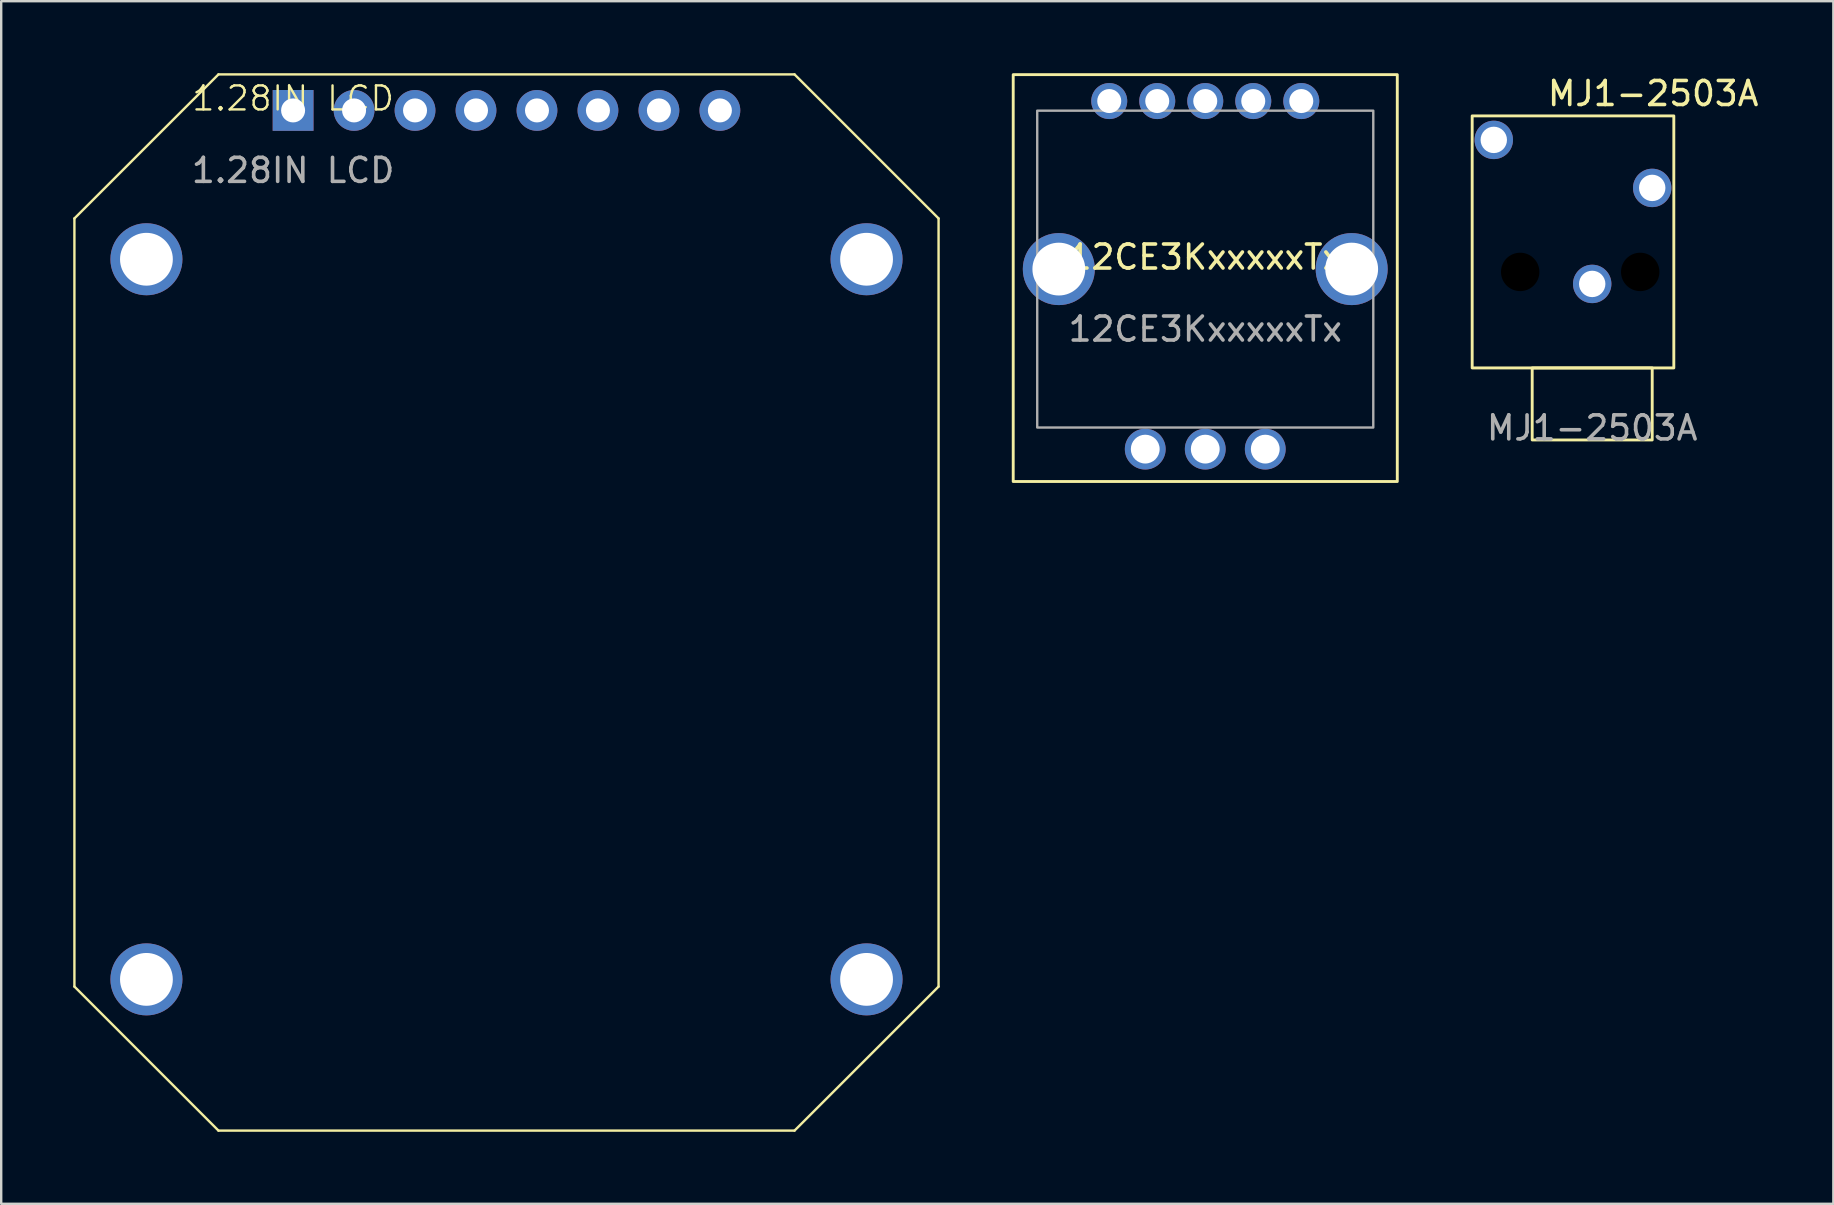
<source format=kicad_pcb>
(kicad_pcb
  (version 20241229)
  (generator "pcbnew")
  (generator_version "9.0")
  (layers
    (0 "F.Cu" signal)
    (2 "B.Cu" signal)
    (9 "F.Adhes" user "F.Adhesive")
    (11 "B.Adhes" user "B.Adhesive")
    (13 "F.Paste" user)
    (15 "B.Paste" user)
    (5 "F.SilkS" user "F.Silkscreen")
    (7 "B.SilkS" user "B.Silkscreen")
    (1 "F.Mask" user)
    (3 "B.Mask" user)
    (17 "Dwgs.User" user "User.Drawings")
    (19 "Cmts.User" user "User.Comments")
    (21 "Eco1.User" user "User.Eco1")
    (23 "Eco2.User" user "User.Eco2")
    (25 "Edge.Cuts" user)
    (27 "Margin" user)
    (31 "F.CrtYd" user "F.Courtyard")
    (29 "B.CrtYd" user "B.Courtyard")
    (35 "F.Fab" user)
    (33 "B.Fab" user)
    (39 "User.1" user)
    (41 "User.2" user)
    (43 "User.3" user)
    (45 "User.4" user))
  (footprint "12CE3KxxxxxTx"
    (layer "F.Cu")
    (at 47.16 8.16)
    (property "Reference" "12CE3KxxxxxTx" (at 0 -0.5 0) (unlocked yes) (layer "F.SilkS") (effects (font (size 1 1) (thickness 0.15))))
    (attr through_hole)
    (fp_rect (start -8 -8.1) (end 8 8.85) (stroke (width 0.12) (type solid)) (fill no) (layer "F.SilkS"))
    (fp_rect (start -7 -6.6) (end 7 6.6) (stroke (width 0.1) (type solid)) (fill no) (layer "F.Fab"))
    (fp_text user "${REFERENCE}" (at 0 2.5 0) (unlocked yes) (layer "F.Fab") (effects (font (size 1 1) (thickness 0.15))))
    (pad "" np_thru_hole circle (at -6.1 0) (size 3 3) (drill 2.2) (layers "*.Cu" "*.Mask"))
    (pad "" np_thru_hole circle (at 6.1 0) (size 3 3) (drill 2.2) (layers "*.Cu" "*.Mask"))
    (pad "1" thru_hole circle (at -4 -7) (size 1.5 1.5) (drill 1) (layers "*.Cu" "*.Mask"))
    (pad "2" thru_hole circle (at -2 -7) (size 1.5 1.5) (drill 1) (layers "*.Cu" "*.Mask"))
    (pad "3" thru_hole circle (at 0 -7) (size 1.5 1.5) (drill 1) (layers "*.Cu" "*.Mask"))
    (pad "4" thru_hole circle (at 2 -7) (size 1.5 1.5) (drill 1) (layers "*.Cu" "*.Mask"))
    (pad "5" thru_hole circle (at 4 -7) (size 1.5 1.5) (drill 1) (layers "*.Cu" "*.Mask"))
    (pad "A" thru_hole circle (at -2.5 7.5) (size 1.7 1.7) (drill 1.2) (layers "*.Cu" "*.Mask"))
    (pad "B" thru_hole circle (at 2.5 7.5) (size 1.7 1.7) (drill 1.2) (layers "*.Cu" "*.Mask"))
    (pad "C" thru_hole circle (at 0 7.5) (size 1.7 1.7) (drill 1.2) (layers "*.Cu" "*.Mask")))
  (footprint "1.28IN LCD"
    (layer "F.Cu")
    (at 9.16 1.55)
    (property "Reference" "1.28IN LCD" (at 0 -0.5 0) (unlocked yes) (layer "F.SilkS") (effects (font (size 1 1) (thickness 0.1))))
    (attr through_hole)
    (fp_line (start -9.11 4.5) (end -9.11 36.5) (stroke (width 0.1) (type default)) (layer "F.SilkS"))
    (fp_line (start -9.11 36.5) (end -3.11 42.5) (stroke (width 0.1) (type default)) (layer "F.SilkS"))
    (fp_line (start -3.11 -1.5) (end -9.11 4.5) (stroke (width 0.1) (type default)) (layer "F.SilkS"))
    (fp_line (start -3.11 42.5) (end 20.89 42.5) (stroke (width 0.1) (type default)) (layer "F.SilkS"))
    (fp_line (start 20.89 -1.5) (end -3.11 -1.5) (stroke (width 0.1) (type default)) (layer "F.SilkS"))
    (fp_line (start 20.89 42.5) (end 26.89 36.5) (stroke (width 0.1) (type default)) (layer "F.SilkS"))
    (fp_line (start 26.89 4.5) (end 20.89 -1.5) (stroke (width 0.1) (type default)) (layer "F.SilkS"))
    (fp_line (start 26.89 36.5) (end 26.89 4.5) (stroke (width 0.1) (type default)) (layer "F.SilkS"))
    (fp_text user "${REFERENCE}" (at 0 2.5 0) (unlocked yes) (layer "F.Fab") (effects (font (size 1 1) (thickness 0.15))))
    (pad "" np_thru_hole circle (at -6.11 6.2) (size 3 3) (drill 2.2) (layers "*.Cu" "*.Mask"))
    (pad "" np_thru_hole circle (at -6.11 36.2) (size 3 3) (drill 2.2) (layers "*.Cu" "*.Mask"))
    (pad "" np_thru_hole circle (at 23.89 6.2) (size 3 3) (drill 2.2) (layers "*.Cu" "*.Mask"))
    (pad "" np_thru_hole circle (at 23.89 36.2) (size 3 3) (drill 2.2) (layers "*.Cu" "*.Mask"))
    (pad "1" thru_hole rect (at 0 0) (size 1.7 1.7) (drill 1) (layers "*.Cu" "*.Mask"))
    (pad "2" thru_hole oval (at 2.54 0) (size 1.7 1.7) (drill 1) (layers "*.Cu" "*.Mask"))
    (pad "3" thru_hole oval (at 5.08 0) (size 1.7 1.7) (drill 1) (layers "*.Cu" "*.Mask"))
    (pad "4" thru_hole oval (at 7.62 0) (size 1.7 1.7) (drill 1) (layers "*.Cu" "*.Mask"))
    (pad "5" thru_hole oval (at 10.16 0) (size 1.7 1.7) (drill 1) (layers "*.Cu" "*.Mask"))
    (pad "6" thru_hole oval (at 12.7 0) (size 1.7 1.7) (drill 1) (layers "*.Cu" "*.Mask"))
    (pad "7" thru_hole oval (at 15.24 0) (size 1.7 1.7) (drill 1) (layers "*.Cu" "*.Mask"))
    (pad "8" thru_hole oval (at 17.78 0) (size 1.7 1.7) (drill 1) (layers "*.Cu" "*.Mask")))
  (footprint "MJ1-2503A"
    (layer "F.Cu")
    (at 63.28 12.278)
    (property "Reference" "MJ1-2503A" (at 2.54 -11.43 0) (unlocked yes) (layer "F.SilkS") (effects (font (size 1 1) (thickness 0.15))))
    (attr through_hole)
    (fp_rect (start -5 0) (end 3.4 -10.5) (stroke (width 0.12) (type solid)) (fill no) (layer "F.SilkS"))
    (fp_rect (start -2.5 0) (end 2.5 3) (stroke (width 0.12) (type solid)) (fill no) (layer "F.SilkS"))
    (fp_text user "${REFERENCE}" (at 0 2.5 0) (unlocked yes) (layer "F.Fab") (effects (font (size 1 1) (thickness 0.15))))
    (pad "" np_thru_hole circle (at -3 -4) (size 1.6 1.6) (drill 1.6) (layers "*.Mask"))
    (pad "" np_thru_hole circle (at 2 -4) (size 1.6 1.6) (drill 1.6) (layers "*.Mask"))
    (pad "R" thru_hole circle (at 2.5 -7.5) (size 1.6 1.6) (drill 1.1) (layers "*.Cu" "*.Mask"))
    (pad "S" thru_hole circle (at 0 -3.5) (size 1.6 1.6) (drill 1.1) (layers "*.Cu" "*.Mask"))
    (pad "T" thru_hole circle (at -4.1 -9.5) (size 1.6 1.6) (drill 1.1) (layers "*.Cu" "*.Mask")))
  (gr_rect
    (start -3 -3)
    (end 73.326 47.1)
    (stroke (width 0.1) (type default))
    (fill no)
    (layer "Edge.Cuts")))
</source>
